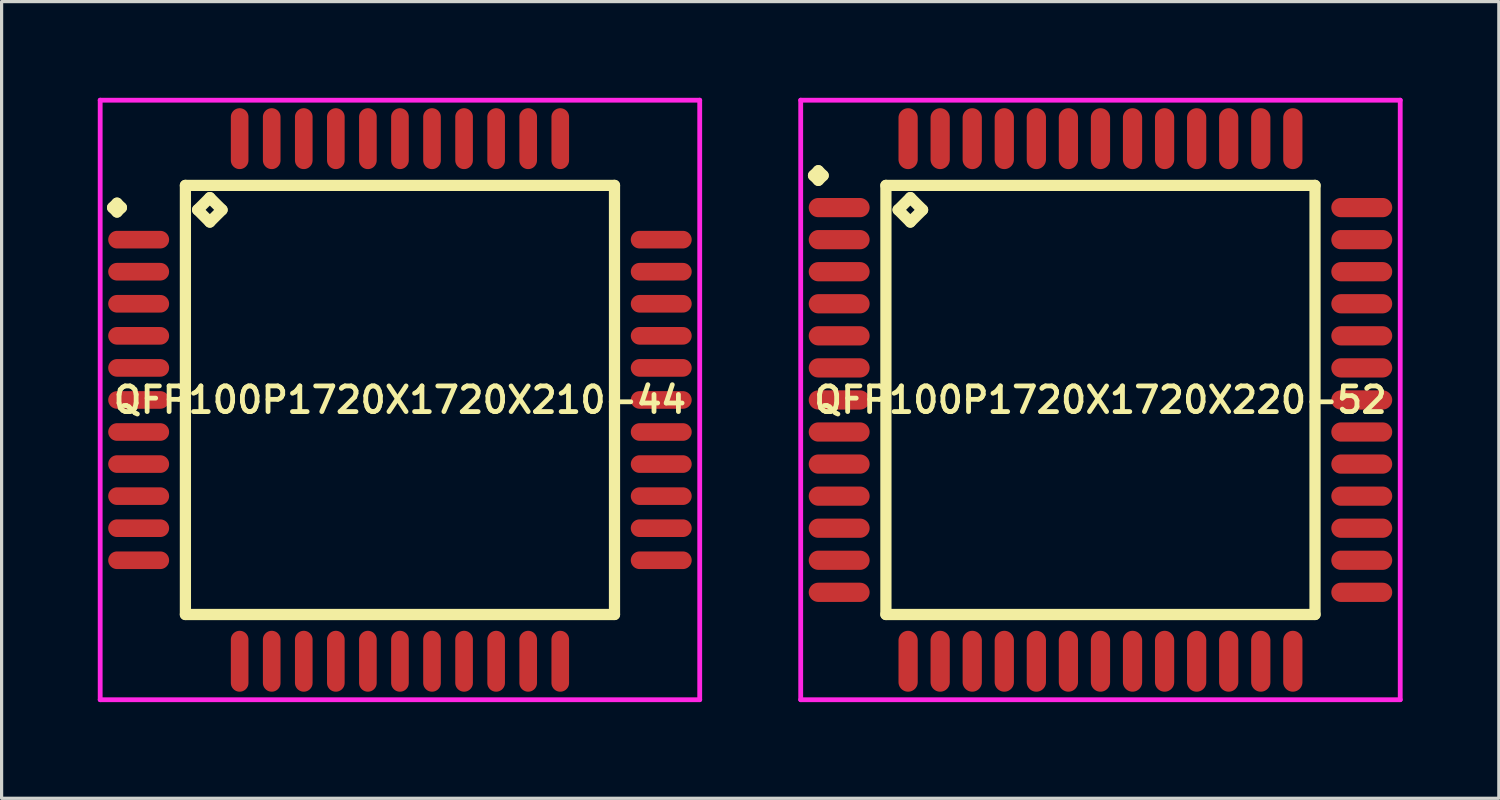
<source format=kicad_pcb>
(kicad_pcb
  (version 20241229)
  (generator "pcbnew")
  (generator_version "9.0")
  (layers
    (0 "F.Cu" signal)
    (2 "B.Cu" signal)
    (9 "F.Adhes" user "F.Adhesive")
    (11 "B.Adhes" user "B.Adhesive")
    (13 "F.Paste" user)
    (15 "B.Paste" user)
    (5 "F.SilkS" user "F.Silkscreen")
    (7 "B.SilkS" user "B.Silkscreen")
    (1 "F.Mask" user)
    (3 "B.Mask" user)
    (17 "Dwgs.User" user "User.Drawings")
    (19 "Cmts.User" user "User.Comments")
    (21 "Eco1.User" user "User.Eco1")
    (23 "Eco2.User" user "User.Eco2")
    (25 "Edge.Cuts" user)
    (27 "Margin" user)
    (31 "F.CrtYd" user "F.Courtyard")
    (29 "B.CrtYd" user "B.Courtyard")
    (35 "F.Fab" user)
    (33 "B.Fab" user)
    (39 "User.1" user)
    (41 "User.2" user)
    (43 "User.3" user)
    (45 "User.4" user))
  (footprint "QFP100P1720X1720X210-44"
    (layer "F.Cu")
    (at 9.425 9.425)
    (property "Reference" "QFP100P1720X1720X210-44" (at 0 0 0) (layer "F.SilkS") (effects (font (size 0.8 0.8) (thickness 0.15))))
    (attr smd)
    (fp_line (start -8.963 -6) (end -8.825 -6.138) (stroke (width 0.35) (type solid)) (layer "F.SilkS"))
    (fp_line (start -8.825 -6.138) (end -8.688 -6) (stroke (width 0.35) (type solid)) (layer "F.SilkS"))
    (fp_line (start -8.825 -5.862) (end -8.963 -6) (stroke (width 0.35) (type solid)) (layer "F.SilkS"))
    (fp_line (start -8.688 -6) (end -8.825 -5.862) (stroke (width 0.35) (type solid)) (layer "F.SilkS"))
    (fp_line (start -6.692 -6.692) (end -6.692 6.692) (stroke (width 0.35) (type solid)) (layer "F.SilkS"))
    (fp_line (start -6.692 6.692) (end 6.692 6.692) (stroke (width 0.35) (type solid)) (layer "F.SilkS"))
    (fp_line (start -6.311 -5.93) (end -5.93 -6.311) (stroke (width 0.35) (type solid)) (layer "F.SilkS"))
    (fp_line (start -5.93 -6.311) (end -5.549 -5.93) (stroke (width 0.35) (type solid)) (layer "F.SilkS"))
    (fp_line (start -5.93 -5.549) (end -6.311 -5.93) (stroke (width 0.35) (type solid)) (layer "F.SilkS"))
    (fp_line (start -5.549 -5.93) (end -5.93 -5.549) (stroke (width 0.35) (type solid)) (layer "F.SilkS"))
    (fp_line (start 6.692 -6.692) (end -6.692 -6.692) (stroke (width 0.35) (type solid)) (layer "F.SilkS"))
    (fp_line (start 6.692 6.692) (end 6.692 -6.692) (stroke (width 0.35) (type solid)) (layer "F.SilkS"))
    (fp_line (start -9.35 -9.35) (end 9.35 -9.35) (stroke (width 0.15) (type solid)) (layer "F.CrtYd"))
    (fp_line (start -9.35 9.35) (end -9.35 -9.35) (stroke (width 0.15) (type solid)) (layer "F.CrtYd"))
    (fp_line (start 9.35 -9.35) (end 9.35 9.35) (stroke (width 0.15) (type solid)) (layer "F.CrtYd"))
    (fp_line (start 9.35 9.35) (end -9.35 9.35) (stroke (width 0.15) (type solid)) (layer "F.CrtYd"))
    (pad "1" smd oval (at -8.15 -5) (size 1.9 0.55) (layers "F.Cu" "F.Mask" "F.Paste"))
    (pad "2" smd oval (at -8.15 -4) (size 1.9 0.55) (layers "F.Cu" "F.Mask" "F.Paste"))
    (pad "3" smd oval (at -8.15 -3) (size 1.9 0.55) (layers "F.Cu" "F.Mask" "F.Paste"))
    (pad "4" smd oval (at -8.15 -2) (size 1.9 0.55) (layers "F.Cu" "F.Mask" "F.Paste"))
    (pad "5" smd oval (at -8.15 -1) (size 1.9 0.55) (layers "F.Cu" "F.Mask" "F.Paste"))
    (pad "6" smd oval (at -8.15 0) (size 1.9 0.55) (layers "F.Cu" "F.Mask" "F.Paste"))
    (pad "7" smd oval (at -8.15 1) (size 1.9 0.55) (layers "F.Cu" "F.Mask" "F.Paste"))
    (pad "8" smd oval (at -8.15 2) (size 1.9 0.55) (layers "F.Cu" "F.Mask" "F.Paste"))
    (pad "9" smd oval (at -8.15 3) (size 1.9 0.55) (layers "F.Cu" "F.Mask" "F.Paste"))
    (pad "10" smd oval (at -8.15 4) (size 1.9 0.55) (layers "F.Cu" "F.Mask" "F.Paste"))
    (pad "11" smd oval (at -8.15 5) (size 1.9 0.55) (layers "F.Cu" "F.Mask" "F.Paste"))
    (pad "12" smd oval (at -5 8.15) (size 0.55 1.9) (layers "F.Cu" "F.Mask" "F.Paste"))
    (pad "13" smd oval (at -4 8.15) (size 0.55 1.9) (layers "F.Cu" "F.Mask" "F.Paste"))
    (pad "14" smd oval (at -3 8.15) (size 0.55 1.9) (layers "F.Cu" "F.Mask" "F.Paste"))
    (pad "15" smd oval (at -2 8.15) (size 0.55 1.9) (layers "F.Cu" "F.Mask" "F.Paste"))
    (pad "16" smd oval (at -1 8.15) (size 0.55 1.9) (layers "F.Cu" "F.Mask" "F.Paste"))
    (pad "17" smd oval (at 0 8.15) (size 0.55 1.9) (layers "F.Cu" "F.Mask" "F.Paste"))
    (pad "18" smd oval (at 1 8.15) (size 0.55 1.9) (layers "F.Cu" "F.Mask" "F.Paste"))
    (pad "19" smd oval (at 2 8.15) (size 0.55 1.9) (layers "F.Cu" "F.Mask" "F.Paste"))
    (pad "20" smd oval (at 3 8.15) (size 0.55 1.9) (layers "F.Cu" "F.Mask" "F.Paste"))
    (pad "21" smd oval (at 4 8.15) (size 0.55 1.9) (layers "F.Cu" "F.Mask" "F.Paste"))
    (pad "22" smd oval (at 5 8.15) (size 0.55 1.9) (layers "F.Cu" "F.Mask" "F.Paste"))
    (pad "23" smd oval (at 8.15 5) (size 1.9 0.55) (layers "F.Cu" "F.Mask" "F.Paste"))
    (pad "24" smd oval (at 8.15 4) (size 1.9 0.55) (layers "F.Cu" "F.Mask" "F.Paste"))
    (pad "25" smd oval (at 8.15 3) (size 1.9 0.55) (layers "F.Cu" "F.Mask" "F.Paste"))
    (pad "26" smd oval (at 8.15 2) (size 1.9 0.55) (layers "F.Cu" "F.Mask" "F.Paste"))
    (pad "27" smd oval (at 8.15 1) (size 1.9 0.55) (layers "F.Cu" "F.Mask" "F.Paste"))
    (pad "28" smd oval (at 8.15 0) (size 1.9 0.55) (layers "F.Cu" "F.Mask" "F.Paste"))
    (pad "29" smd oval (at 8.15 -1) (size 1.9 0.55) (layers "F.Cu" "F.Mask" "F.Paste"))
    (pad "30" smd oval (at 8.15 -2) (size 1.9 0.55) (layers "F.Cu" "F.Mask" "F.Paste"))
    (pad "31" smd oval (at 8.15 -3) (size 1.9 0.55) (layers "F.Cu" "F.Mask" "F.Paste"))
    (pad "32" smd oval (at 8.15 -4) (size 1.9 0.55) (layers "F.Cu" "F.Mask" "F.Paste"))
    (pad "33" smd oval (at 8.15 -5) (size 1.9 0.55) (layers "F.Cu" "F.Mask" "F.Paste"))
    (pad "34" smd oval (at 5 -8.15) (size 0.55 1.9) (layers "F.Cu" "F.Mask" "F.Paste"))
    (pad "35" smd oval (at 4 -8.15) (size 0.55 1.9) (layers "F.Cu" "F.Mask" "F.Paste"))
    (pad "36" smd oval (at 3 -8.15) (size 0.55 1.9) (layers "F.Cu" "F.Mask" "F.Paste"))
    (pad "37" smd oval (at 2 -8.15) (size 0.55 1.9) (layers "F.Cu" "F.Mask" "F.Paste"))
    (pad "38" smd oval (at 1 -8.15) (size 0.55 1.9) (layers "F.Cu" "F.Mask" "F.Paste"))
    (pad "39" smd oval (at 0 -8.15) (size 0.55 1.9) (layers "F.Cu" "F.Mask" "F.Paste"))
    (pad "40" smd oval (at -1 -8.15) (size 0.55 1.9) (layers "F.Cu" "F.Mask" "F.Paste"))
    (pad "41" smd oval (at -2 -8.15) (size 0.55 1.9) (layers "F.Cu" "F.Mask" "F.Paste"))
    (pad "42" smd oval (at -3 -8.15) (size 0.55 1.9) (layers "F.Cu" "F.Mask" "F.Paste"))
    (pad "43" smd oval (at -4 -8.15) (size 0.55 1.9) (layers "F.Cu" "F.Mask" "F.Paste"))
    (pad "44" smd oval (at -5 -8.15) (size 0.55 1.9) (layers "F.Cu" "F.Mask" "F.Paste")))
  (footprint "QFP100P1720X1720X220-52"
    (layer "F.Cu")
    (at 31.275 9.425)
    (property "Reference" "QFP100P1720X1720X220-52" (at 0 0 0) (layer "F.SilkS") (effects (font (size 0.8 0.8) (thickness 0.15))))
    (attr smd)
    (fp_line (start -8.95 -7) (end -8.8 -7.15) (stroke (width 0.35) (type solid)) (layer "F.SilkS"))
    (fp_line (start -8.8 -7.15) (end -8.65 -7) (stroke (width 0.35) (type solid)) (layer "F.SilkS"))
    (fp_line (start -8.8 -6.85) (end -8.95 -7) (stroke (width 0.35) (type solid)) (layer "F.SilkS"))
    (fp_line (start -8.65 -7) (end -8.8 -6.85) (stroke (width 0.35) (type solid)) (layer "F.SilkS"))
    (fp_line (start -6.692 -6.692) (end -6.692 6.692) (stroke (width 0.35) (type solid)) (layer "F.SilkS"))
    (fp_line (start -6.692 6.692) (end 6.692 6.692) (stroke (width 0.35) (type solid)) (layer "F.SilkS"))
    (fp_line (start -6.311 -5.93) (end -5.93 -6.311) (stroke (width 0.35) (type solid)) (layer "F.SilkS"))
    (fp_line (start -5.93 -6.311) (end -5.549 -5.93) (stroke (width 0.35) (type solid)) (layer "F.SilkS"))
    (fp_line (start -5.93 -5.549) (end -6.311 -5.93) (stroke (width 0.35) (type solid)) (layer "F.SilkS"))
    (fp_line (start -5.549 -5.93) (end -5.93 -5.549) (stroke (width 0.35) (type solid)) (layer "F.SilkS"))
    (fp_line (start 6.692 -6.692) (end -6.692 -6.692) (stroke (width 0.35) (type solid)) (layer "F.SilkS"))
    (fp_line (start 6.692 6.692) (end 6.692 -6.692) (stroke (width 0.35) (type solid)) (layer "F.SilkS"))
    (fp_line (start -9.35 -9.35) (end 9.35 -9.35) (stroke (width 0.15) (type solid)) (layer "F.CrtYd"))
    (fp_line (start -9.35 9.35) (end -9.35 -9.35) (stroke (width 0.15) (type solid)) (layer "F.CrtYd"))
    (fp_line (start 9.35 -9.35) (end 9.35 9.35) (stroke (width 0.15) (type solid)) (layer "F.CrtYd"))
    (fp_line (start 9.35 9.35) (end -9.35 9.35) (stroke (width 0.15) (type solid)) (layer "F.CrtYd"))
    (pad "1" smd oval (at -8.15 -6) (size 1.9 0.6) (layers "F.Cu" "F.Mask" "F.Paste"))
    (pad "2" smd oval (at -8.15 -5) (size 1.9 0.6) (layers "F.Cu" "F.Mask" "F.Paste"))
    (pad "3" smd oval (at -8.15 -4) (size 1.9 0.6) (layers "F.Cu" "F.Mask" "F.Paste"))
    (pad "4" smd oval (at -8.15 -3) (size 1.9 0.6) (layers "F.Cu" "F.Mask" "F.Paste"))
    (pad "5" smd oval (at -8.15 -2) (size 1.9 0.6) (layers "F.Cu" "F.Mask" "F.Paste"))
    (pad "6" smd oval (at -8.15 -1) (size 1.9 0.6) (layers "F.Cu" "F.Mask" "F.Paste"))
    (pad "7" smd oval (at -8.15 0) (size 1.9 0.6) (layers "F.Cu" "F.Mask" "F.Paste"))
    (pad "8" smd oval (at -8.15 1) (size 1.9 0.6) (layers "F.Cu" "F.Mask" "F.Paste"))
    (pad "9" smd oval (at -8.15 2) (size 1.9 0.6) (layers "F.Cu" "F.Mask" "F.Paste"))
    (pad "10" smd oval (at -8.15 3) (size 1.9 0.6) (layers "F.Cu" "F.Mask" "F.Paste"))
    (pad "11" smd oval (at -8.15 4) (size 1.9 0.6) (layers "F.Cu" "F.Mask" "F.Paste"))
    (pad "12" smd oval (at -8.15 5) (size 1.9 0.6) (layers "F.Cu" "F.Mask" "F.Paste"))
    (pad "13" smd oval (at -8.15 6) (size 1.9 0.6) (layers "F.Cu" "F.Mask" "F.Paste"))
    (pad "14" smd oval (at -6 8.15) (size 0.6 1.9) (layers "F.Cu" "F.Mask" "F.Paste"))
    (pad "15" smd oval (at -5 8.15) (size 0.6 1.9) (layers "F.Cu" "F.Mask" "F.Paste"))
    (pad "16" smd oval (at -4 8.15) (size 0.6 1.9) (layers "F.Cu" "F.Mask" "F.Paste"))
    (pad "17" smd oval (at -3 8.15) (size 0.6 1.9) (layers "F.Cu" "F.Mask" "F.Paste"))
    (pad "18" smd oval (at -2 8.15) (size 0.6 1.9) (layers "F.Cu" "F.Mask" "F.Paste"))
    (pad "19" smd oval (at -1 8.15) (size 0.6 1.9) (layers "F.Cu" "F.Mask" "F.Paste"))
    (pad "20" smd oval (at 0 8.15) (size 0.6 1.9) (layers "F.Cu" "F.Mask" "F.Paste"))
    (pad "21" smd oval (at 1 8.15) (size 0.6 1.9) (layers "F.Cu" "F.Mask" "F.Paste"))
    (pad "22" smd oval (at 2 8.15) (size 0.6 1.9) (layers "F.Cu" "F.Mask" "F.Paste"))
    (pad "23" smd oval (at 3 8.15) (size 0.6 1.9) (layers "F.Cu" "F.Mask" "F.Paste"))
    (pad "24" smd oval (at 4 8.15) (size 0.6 1.9) (layers "F.Cu" "F.Mask" "F.Paste"))
    (pad "25" smd oval (at 5 8.15) (size 0.6 1.9) (layers "F.Cu" "F.Mask" "F.Paste"))
    (pad "26" smd oval (at 6 8.15) (size 0.6 1.9) (layers "F.Cu" "F.Mask" "F.Paste"))
    (pad "27" smd oval (at 8.15 6) (size 1.9 0.6) (layers "F.Cu" "F.Mask" "F.Paste"))
    (pad "28" smd oval (at 8.15 5) (size 1.9 0.6) (layers "F.Cu" "F.Mask" "F.Paste"))
    (pad "29" smd oval (at 8.15 4) (size 1.9 0.6) (layers "F.Cu" "F.Mask" "F.Paste"))
    (pad "30" smd oval (at 8.15 3) (size 1.9 0.6) (layers "F.Cu" "F.Mask" "F.Paste"))
    (pad "31" smd oval (at 8.15 2) (size 1.9 0.6) (layers "F.Cu" "F.Mask" "F.Paste"))
    (pad "32" smd oval (at 8.15 1) (size 1.9 0.6) (layers "F.Cu" "F.Mask" "F.Paste"))
    (pad "33" smd oval (at 8.15 0) (size 1.9 0.6) (layers "F.Cu" "F.Mask" "F.Paste"))
    (pad "34" smd oval (at 8.15 -1) (size 1.9 0.6) (layers "F.Cu" "F.Mask" "F.Paste"))
    (pad "35" smd oval (at 8.15 -2) (size 1.9 0.6) (layers "F.Cu" "F.Mask" "F.Paste"))
    (pad "36" smd oval (at 8.15 -3) (size 1.9 0.6) (layers "F.Cu" "F.Mask" "F.Paste"))
    (pad "37" smd oval (at 8.15 -4) (size 1.9 0.6) (layers "F.Cu" "F.Mask" "F.Paste"))
    (pad "38" smd oval (at 8.15 -5) (size 1.9 0.6) (layers "F.Cu" "F.Mask" "F.Paste"))
    (pad "39" smd oval (at 8.15 -6) (size 1.9 0.6) (layers "F.Cu" "F.Mask" "F.Paste"))
    (pad "40" smd oval (at 6 -8.15) (size 0.6 1.9) (layers "F.Cu" "F.Mask" "F.Paste"))
    (pad "41" smd oval (at 5 -8.15) (size 0.6 1.9) (layers "F.Cu" "F.Mask" "F.Paste"))
    (pad "42" smd oval (at 4 -8.15) (size 0.6 1.9) (layers "F.Cu" "F.Mask" "F.Paste"))
    (pad "43" smd oval (at 3 -8.15) (size 0.6 1.9) (layers "F.Cu" "F.Mask" "F.Paste"))
    (pad "44" smd oval (at 2 -8.15) (size 0.6 1.9) (layers "F.Cu" "F.Mask" "F.Paste"))
    (pad "45" smd oval (at 1 -8.15) (size 0.6 1.9) (layers "F.Cu" "F.Mask" "F.Paste"))
    (pad "46" smd oval (at 0 -8.15) (size 0.6 1.9) (layers "F.Cu" "F.Mask" "F.Paste"))
    (pad "47" smd oval (at -1 -8.15) (size 0.6 1.9) (layers "F.Cu" "F.Mask" "F.Paste"))
    (pad "48" smd oval (at -2 -8.15) (size 0.6 1.9) (layers "F.Cu" "F.Mask" "F.Paste"))
    (pad "49" smd oval (at -3 -8.15) (size 0.6 1.9) (layers "F.Cu" "F.Mask" "F.Paste"))
    (pad "50" smd oval (at -4 -8.15) (size 0.6 1.9) (layers "F.Cu" "F.Mask" "F.Paste"))
    (pad "51" smd oval (at -5 -8.15) (size 0.6 1.9) (layers "F.Cu" "F.Mask" "F.Paste"))
    (pad "52" smd oval (at -6 -8.15) (size 0.6 1.9) (layers "F.Cu" "F.Mask" "F.Paste")))
  (gr_rect
    (start -3 -3)
    (end 43.7 21.85)
    (stroke (width 0.1) (type default))
    (fill no)
    (layer "Edge.Cuts")))
</source>
